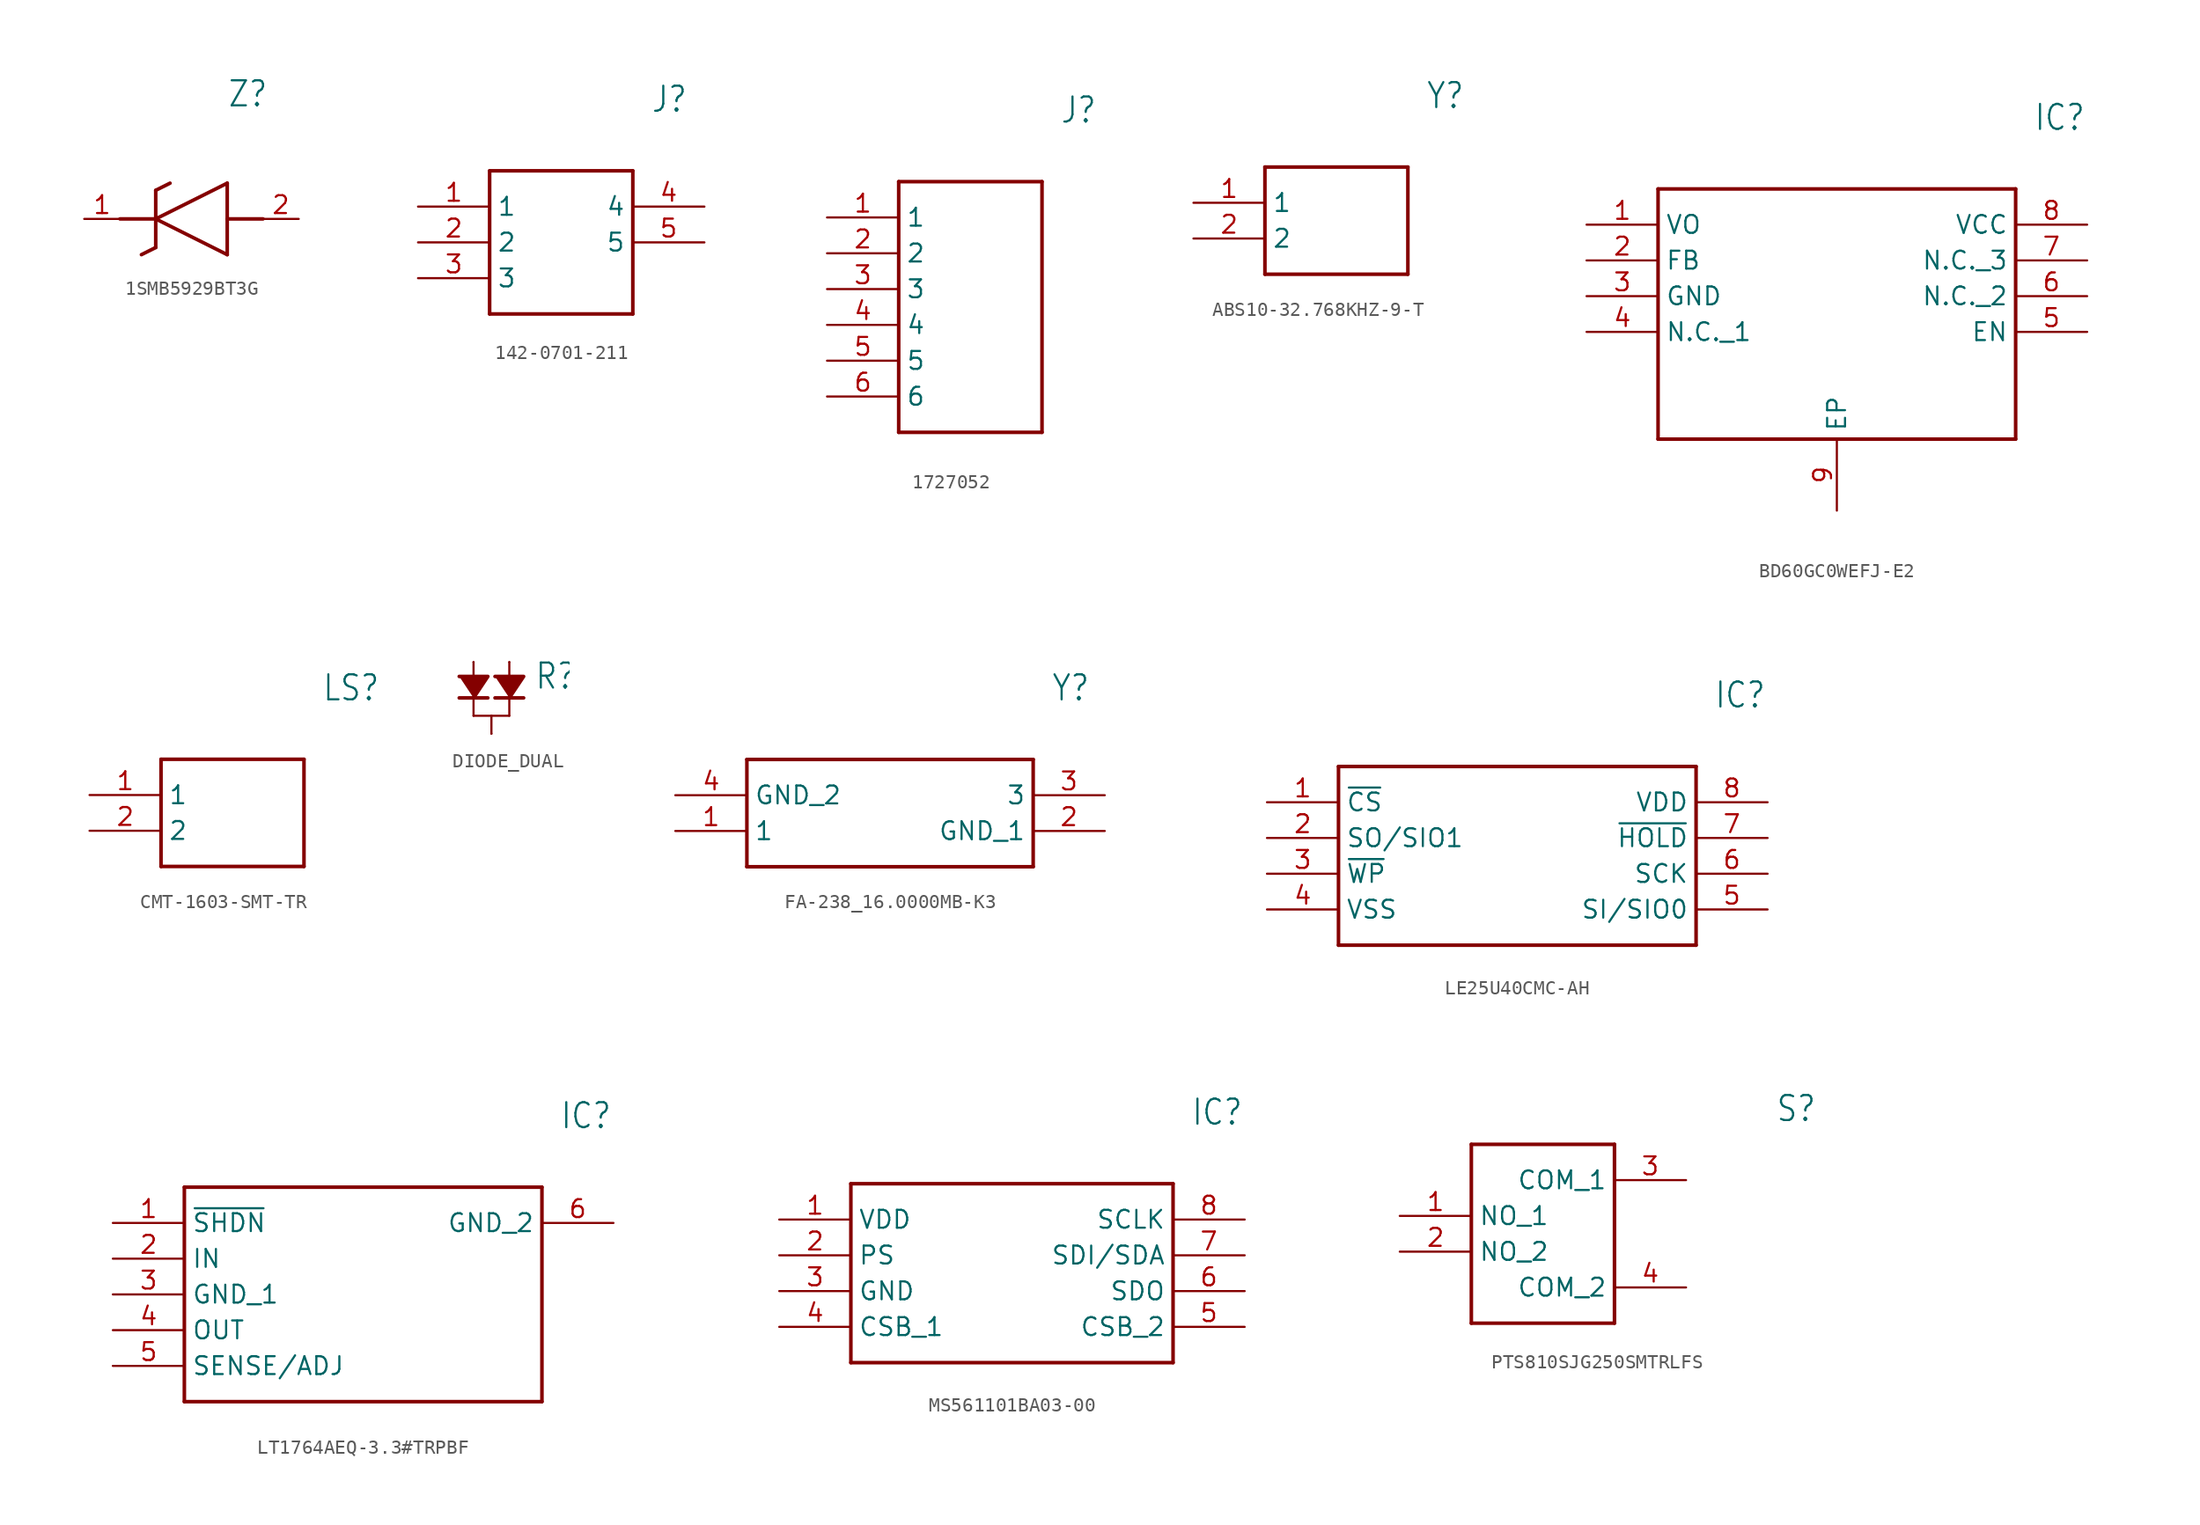
<source format=kicad_sym>
(kicad_symbol_lib
  (version 20231120)
  (generator "kicad_symbol_editor")
  (generator_version "8.0")
  (symbol "1SMB5929BT3G"
    (property "Reference" "Z"
      (at 10.16 8.89 0)
      (effects (font (size 1.778 1.511)) (justify left)))
    (property "Value" ""
      (at 10.16 6.35 0)
      (effects (font (size 1.778 1.511)) (justify left)))
    (property "ki_locked" ""
      (at 0 0 0)
      (effects (font (size 1.27 1.27))))
    (symbol "1SMB5929BT3G_1_0"
      (polyline (pts (xy 2.54 0) (xy 5.08 0)) (stroke (width 0.254) (type solid)) (fill (type none)))
      (polyline (pts (xy 4.064 -2.54) (xy 5.08 -2.032)) (stroke (width 0.254) (type solid)) (fill (type none)))
      (polyline (pts (xy 5.08 0) (xy 10.16 2.54)) (stroke (width 0.254) (type solid)) (fill (type none)))
      (polyline (pts (xy 5.08 2.032) (xy 5.08 -2.032)) (stroke (width 0.254) (type solid)) (fill (type none)))
      (polyline (pts (xy 5.08 2.032) (xy 6.096 2.54)) (stroke (width 0.254) (type solid)) (fill (type none)))
      (polyline (pts (xy 10.16 -2.54) (xy 5.08 0)) (stroke (width 0.254) (type solid)) (fill (type none)))
      (polyline (pts (xy 10.16 -2.54) (xy 10.16 2.54)) (stroke (width 0.254) (type solid)) (fill (type none)))
      (polyline (pts (xy 12.7 0) (xy 10.16 0)) (stroke (width 0.254) (type solid)) (fill (type none)))
      (pin bidirectional line (at 0 0 0) (length 2.54) (name "K" (effects (font (size 0 0)))) (number "1" (effects (font (size 1.27 1.27)))))
      (pin bidirectional line (at 15.24 0 180) (length 2.54) (name "A" (effects (font (size 0 0)))) (number "2" (effects (font (size 1.27 1.27)))))))
  (symbol "142-0701-211"
    (property "Reference" "J"
      (at 16.51 7.62 0)
      (effects (font (size 1.778 1.511)) (justify left)))
    (property "Value" ""
      (at 16.51 5.08 0)
      (effects (font (size 1.778 1.511)) (justify left)))
    (property "ki_locked" ""
      (at 0 0 0)
      (effects (font (size 1.27 1.27))))
    (symbol "142-0701-211_1_0"
      (polyline (pts (xy 5.08 2.54) (xy 5.08 -7.62)) (stroke (width 0.254) (type solid)) (fill (type none)))
      (polyline (pts (xy 5.08 2.54) (xy 15.24 2.54)) (stroke (width 0.254) (type solid)) (fill (type none)))
      (polyline (pts (xy 15.24 -7.62) (xy 5.08 -7.62)) (stroke (width 0.254) (type solid)) (fill (type none)))
      (polyline (pts (xy 15.24 -7.62) (xy 15.24 2.54)) (stroke (width 0.254) (type solid)) (fill (type none)))
      (pin bidirectional line (at 0 0 0) (length 5.08) (name "1" (effects (font (size 1.27 1.27)))) (number "1" (effects (font (size 1.27 1.27)))))
      (pin bidirectional line (at 0 -2.54 0) (length 5.08) (name "2" (effects (font (size 1.27 1.27)))) (number "2" (effects (font (size 1.27 1.27)))))
      (pin bidirectional line (at 0 -5.08 0) (length 5.08) (name "3" (effects (font (size 1.27 1.27)))) (number "3" (effects (font (size 1.27 1.27)))))
      (pin bidirectional line (at 20.32 0 180) (length 5.08) (name "4" (effects (font (size 1.27 1.27)))) (number "4" (effects (font (size 1.27 1.27)))))
      (pin bidirectional line (at 20.32 -2.54 180) (length 5.08) (name "5" (effects (font (size 1.27 1.27)))) (number "5" (effects (font (size 1.27 1.27)))))))
  (symbol "1727052"
    (property "Reference" "J"
      (at 16.51 7.62 0)
      (effects (font (size 1.778 1.511)) (justify left)))
    (property "Value" ""
      (at 16.51 5.08 0)
      (effects (font (size 1.778 1.511)) (justify left)))
    (property "ki_locked" ""
      (at 0 0 0)
      (effects (font (size 1.27 1.27))))
    (symbol "1727052_1_0"
      (polyline (pts (xy 5.08 2.54) (xy 5.08 -15.24)) (stroke (width 0.254) (type solid)) (fill (type none)))
      (polyline (pts (xy 5.08 2.54) (xy 15.24 2.54)) (stroke (width 0.254) (type solid)) (fill (type none)))
      (polyline (pts (xy 15.24 -15.24) (xy 5.08 -15.24)) (stroke (width 0.254) (type solid)) (fill (type none)))
      (polyline (pts (xy 15.24 -15.24) (xy 15.24 2.54)) (stroke (width 0.254) (type solid)) (fill (type none)))
      (pin bidirectional line (at 0 0 0) (length 5.08) (name "1" (effects (font (size 1.27 1.27)))) (number "1" (effects (font (size 1.27 1.27)))))
      (pin bidirectional line (at 0 -2.54 0) (length 5.08) (name "2" (effects (font (size 1.27 1.27)))) (number "2" (effects (font (size 1.27 1.27)))))
      (pin bidirectional line (at 0 -5.08 0) (length 5.08) (name "3" (effects (font (size 1.27 1.27)))) (number "3" (effects (font (size 1.27 1.27)))))
      (pin bidirectional line (at 0 -7.62 0) (length 5.08) (name "4" (effects (font (size 1.27 1.27)))) (number "4" (effects (font (size 1.27 1.27)))))
      (pin bidirectional line (at 0 -10.16 0) (length 5.08) (name "5" (effects (font (size 1.27 1.27)))) (number "5" (effects (font (size 1.27 1.27)))))
      (pin bidirectional line (at 0 -12.7 0) (length 5.08) (name "6" (effects (font (size 1.27 1.27)))) (number "6" (effects (font (size 1.27 1.27)))))))
  (symbol "ABS10-32.768KHZ-9-T"
    (property "Reference" "Y"
      (at 16.51 7.62 0)
      (effects (font (size 1.778 1.511)) (justify left)))
    (property "Value" ""
      (at 16.51 5.08 0)
      (effects (font (size 1.778 1.511)) (justify left)))
    (property "ki_locked" ""
      (at 0 0 0)
      (effects (font (size 1.27 1.27))))
    (symbol "ABS10-32.768KHZ-9-T_1_0"
      (polyline (pts (xy 5.08 2.54) (xy 5.08 -5.08)) (stroke (width 0.254) (type solid)) (fill (type none)))
      (polyline (pts (xy 5.08 2.54) (xy 15.24 2.54)) (stroke (width 0.254) (type solid)) (fill (type none)))
      (polyline (pts (xy 15.24 -5.08) (xy 5.08 -5.08)) (stroke (width 0.254) (type solid)) (fill (type none)))
      (polyline (pts (xy 15.24 -5.08) (xy 15.24 2.54)) (stroke (width 0.254) (type solid)) (fill (type none)))
      (pin bidirectional line (at 0 0 0) (length 5.08) (name "1" (effects (font (size 1.27 1.27)))) (number "1" (effects (font (size 1.27 1.27)))))
      (pin bidirectional line (at 0 -2.54 0) (length 5.08) (name "2" (effects (font (size 1.27 1.27)))) (number "2" (effects (font (size 1.27 1.27)))))))
  (symbol "BD60GC0WEFJ-E2"
    (property "Reference" "IC"
      (at 31.75 7.62 0)
      (effects (font (size 1.778 1.511)) (justify left)))
    (property "Value" ""
      (at 31.75 5.08 0)
      (effects (font (size 1.778 1.511)) (justify left)))
    (property "ki_locked" ""
      (at 0 0 0)
      (effects (font (size 1.27 1.27))))
    (symbol "BD60GC0WEFJ-E2_1_0"
      (polyline (pts (xy 5.08 2.54) (xy 5.08 -15.24)) (stroke (width 0.254) (type solid)) (fill (type none)))
      (polyline (pts (xy 5.08 2.54) (xy 30.48 2.54)) (stroke (width 0.254) (type solid)) (fill (type none)))
      (polyline (pts (xy 30.48 -15.24) (xy 5.08 -15.24)) (stroke (width 0.254) (type solid)) (fill (type none)))
      (polyline (pts (xy 30.48 -15.24) (xy 30.48 2.54)) (stroke (width 0.254) (type solid)) (fill (type none)))
      (pin bidirectional line (at 0 0 0) (length 5.08) (name "VO" (effects (font (size 1.27 1.27)))) (number "1" (effects (font (size 1.27 1.27)))))
      (pin bidirectional line (at 0 -2.54 0) (length 5.08) (name "FB" (effects (font (size 1.27 1.27)))) (number "2" (effects (font (size 1.27 1.27)))))
      (pin bidirectional line (at 0 -5.08 0) (length 5.08) (name "GND" (effects (font (size 1.27 1.27)))) (number "3" (effects (font (size 1.27 1.27)))))
      (pin bidirectional line (at 0 -7.62 0) (length 5.08) (name "N.C._1" (effects (font (size 1.27 1.27)))) (number "4" (effects (font (size 1.27 1.27)))))
      (pin bidirectional line (at 35.56 -7.62 180) (length 5.08) (name "EN" (effects (font (size 1.27 1.27)))) (number "5" (effects (font (size 1.27 1.27)))))
      (pin bidirectional line (at 35.56 -5.08 180) (length 5.08) (name "N.C._2" (effects (font (size 1.27 1.27)))) (number "6" (effects (font (size 1.27 1.27)))))
      (pin bidirectional line (at 35.56 -2.54 180) (length 5.08) (name "N.C._3" (effects (font (size 1.27 1.27)))) (number "7" (effects (font (size 1.27 1.27)))))
      (pin bidirectional line (at 35.56 0 180) (length 5.08) (name "VCC" (effects (font (size 1.27 1.27)))) (number "8" (effects (font (size 1.27 1.27)))))
      (pin bidirectional line (at 17.78 -20.32 90) (length 5.08) (name "EP" (effects (font (size 1.27 1.27)))) (number "9" (effects (font (size 1.27 1.27)))))))
  (symbol "CMT-1603-SMT-TR"
    (property "Reference" "LS"
      (at 16.51 7.62 0)
      (effects (font (size 1.778 1.511)) (justify left)))
    (property "Value" ""
      (at 16.51 5.08 0)
      (effects (font (size 1.778 1.511)) (justify left)))
    (property "ki_locked" ""
      (at 0 0 0)
      (effects (font (size 1.27 1.27))))
    (symbol "CMT-1603-SMT-TR_1_0"
      (polyline (pts (xy 5.08 2.54) (xy 5.08 -5.08)) (stroke (width 0.254) (type solid)) (fill (type none)))
      (polyline (pts (xy 5.08 2.54) (xy 15.24 2.54)) (stroke (width 0.254) (type solid)) (fill (type none)))
      (polyline (pts (xy 15.24 -5.08) (xy 5.08 -5.08)) (stroke (width 0.254) (type solid)) (fill (type none)))
      (polyline (pts (xy 15.24 -5.08) (xy 15.24 2.54)) (stroke (width 0.254) (type solid)) (fill (type none)))
      (pin bidirectional line (at 0 0 0) (length 5.08) (name "1" (effects (font (size 1.27 1.27)))) (number "1" (effects (font (size 1.27 1.27)))))
      (pin bidirectional line (at 0 -2.54 0) (length 5.08) (name "2" (effects (font (size 1.27 1.27)))) (number "2" (effects (font (size 1.27 1.27)))))))
  (symbol "DIODE_DUAL"
    (property "Reference" "R"
      (at 3.048 0.508 0)
      (effects (font (size 1.778 1.511)) (justify left bottom)))
    (property "Value" ""
      (at 3.048 -1.27 0)
      (effects (font (size 1.27 1.079)) (justify left bottom)))
    (property "ki_locked" ""
      (at 0 0 0)
      (effects (font (size 1.27 1.27))))
    (symbol "DIODE_DUAL_1_0"
      (polyline (pts (xy -2.286 0) (xy -1.27 0)) (stroke (width 0.254) (type solid)) (fill (type none)))
      (polyline (pts (xy -1.27 -1.27) (xy 0 -1.27)) (stroke (width 0.152) (type solid)) (fill (type none)))
      (polyline (pts (xy -1.27 0) (xy -1.27 -1.27)) (stroke (width 0.152) (type solid)) (fill (type none)))
      (polyline (pts (xy -1.27 0) (xy -0.254 0)) (stroke (width 0.254) (type solid)) (fill (type none)))
      (polyline (pts (xy -1.27 2.54) (xy -1.27 1.524)) (stroke (width 0.152) (type solid)) (fill (type none)))
      (polyline (pts (xy 0 -1.27) (xy 0 -2.54)) (stroke (width 0.152) (type solid)) (fill (type none)))
      (polyline (pts (xy 0 -1.27) (xy 1.27 -1.27)) (stroke (width 0.152) (type solid)) (fill (type none)))
      (polyline (pts (xy 0.254 0) (xy 1.27 0)) (stroke (width 0.254) (type solid)) (fill (type none)))
      (polyline (pts (xy 1.27 -1.27) (xy 1.27 0)) (stroke (width 0.152) (type solid)) (fill (type none)))
      (polyline (pts (xy 1.27 0) (xy 2.286 0)) (stroke (width 0.254) (type solid)) (fill (type none)))
      (polyline (pts (xy 1.27 2.54) (xy 1.27 1.524)) (stroke (width 0.152) (type solid)) (fill (type none)))
      (polyline (pts (xy -1.27 0) (xy -0.254 1.524) (xy -2.286 1.524)) (stroke (width 0.254) (type solid)) (fill (type outline)))
      (polyline (pts (xy 1.27 0) (xy 2.286 1.524) (xy 0.254 1.524)) (stroke (width 0.254) (type solid)) (fill (type outline)))
      (pin bidirectional line (at -1.27 2.54 0) (length 0) (name "1" (effects (font (size 0 0)))) (number "1" (effects (font (size 0 0)))))
      (pin bidirectional line (at 1.27 2.54 180) (length 0) (name "2" (effects (font (size 0 0)))) (number "2" (effects (font (size 0 0)))))
      (pin bidirectional line (at 0 -2.54 0) (length 0) (name "3" (effects (font (size 0 0)))) (number "3" (effects (font (size 0 0)))))))
  (symbol "FA-238_16.0000MB-K3"
    (property "Reference" "Y"
      (at 26.67 7.62 0)
      (effects (font (size 1.778 1.511)) (justify left)))
    (property "Value" ""
      (at 26.67 5.08 0)
      (effects (font (size 1.778 1.511)) (justify left)))
    (property "ki_locked" ""
      (at 0 0 0)
      (effects (font (size 1.27 1.27))))
    (symbol "FA-238_16.0000MB-K3_1_0"
      (polyline (pts (xy 5.08 2.54) (xy 5.08 -5.08)) (stroke (width 0.254) (type solid)) (fill (type none)))
      (polyline (pts (xy 5.08 2.54) (xy 25.4 2.54)) (stroke (width 0.254) (type solid)) (fill (type none)))
      (polyline (pts (xy 25.4 -5.08) (xy 5.08 -5.08)) (stroke (width 0.254) (type solid)) (fill (type none)))
      (polyline (pts (xy 25.4 -5.08) (xy 25.4 2.54)) (stroke (width 0.254) (type solid)) (fill (type none)))
      (pin bidirectional line (at 0 -2.54 0) (length 5.08) (name "1" (effects (font (size 1.27 1.27)))) (number "1" (effects (font (size 1.27 1.27)))))
      (pin power_in line (at 30.48 -2.54 180) (length 5.08) (name "GND_1" (effects (font (size 1.27 1.27)))) (number "2" (effects (font (size 1.27 1.27)))))
      (pin bidirectional line (at 30.48 0 180) (length 5.08) (name "3" (effects (font (size 1.27 1.27)))) (number "3" (effects (font (size 1.27 1.27)))))
      (pin power_in line (at 0 0 0) (length 5.08) (name "GND_2" (effects (font (size 1.27 1.27)))) (number "4" (effects (font (size 1.27 1.27)))))))
  (symbol "LE25U40CMC-AH"
    (property "Reference" "IC"
      (at 31.75 7.62 0)
      (effects (font (size 1.778 1.511)) (justify left)))
    (property "Value" ""
      (at 31.75 5.08 0)
      (effects (font (size 1.778 1.511)) (justify left)))
    (property "ki_locked" ""
      (at 0 0 0)
      (effects (font (size 1.27 1.27))))
    (symbol "LE25U40CMC-AH_1_0"
      (polyline (pts (xy 5.08 2.54) (xy 5.08 -10.16)) (stroke (width 0.254) (type solid)) (fill (type none)))
      (polyline (pts (xy 5.08 2.54) (xy 30.48 2.54)) (stroke (width 0.254) (type solid)) (fill (type none)))
      (polyline (pts (xy 30.48 -10.16) (xy 5.08 -10.16)) (stroke (width 0.254) (type solid)) (fill (type none)))
      (polyline (pts (xy 30.48 -10.16) (xy 30.48 2.54)) (stroke (width 0.254) (type solid)) (fill (type none)))
      (pin input line (at 0 0 0) (length 5.08) (name "~{CS}" (effects (font (size 1.27 1.27)))) (number "1" (effects (font (size 1.27 1.27)))))
      (pin bidirectional line (at 0 -2.54 0) (length 5.08) (name "SO/SIO1" (effects (font (size 1.27 1.27)))) (number "2" (effects (font (size 1.27 1.27)))))
      (pin bidirectional line (at 0 -5.08 0) (length 5.08) (name "~{WP}" (effects (font (size 1.27 1.27)))) (number "3" (effects (font (size 1.27 1.27)))))
      (pin power_in line (at 0 -7.62 0) (length 5.08) (name "VSS" (effects (font (size 1.27 1.27)))) (number "4" (effects (font (size 1.27 1.27)))))
      (pin bidirectional line (at 35.56 -7.62 180) (length 5.08) (name "SI/SIO0" (effects (font (size 1.27 1.27)))) (number "5" (effects (font (size 1.27 1.27)))))
      (pin bidirectional line (at 35.56 -5.08 180) (length 5.08) (name "SCK" (effects (font (size 1.27 1.27)))) (number "6" (effects (font (size 1.27 1.27)))))
      (pin bidirectional line (at 35.56 -2.54 180) (length 5.08) (name "~{HOLD}" (effects (font (size 1.27 1.27)))) (number "7" (effects (font (size 1.27 1.27)))))
      (pin power_in line (at 35.56 0 180) (length 5.08) (name "VDD" (effects (font (size 1.27 1.27)))) (number "8" (effects (font (size 1.27 1.27)))))))
  (symbol "LT1764AEQ-3.3#TRPBF"
    (property "Reference" "IC"
      (at 31.75 7.62 0)
      (effects (font (size 1.778 1.511)) (justify left)))
    (property "Value" ""
      (at 31.75 5.08 0)
      (effects (font (size 1.778 1.511)) (justify left)))
    (property "ki_locked" ""
      (at 0 0 0)
      (effects (font (size 1.27 1.27))))
    (symbol "LT1764AEQ-3.3#TRPBF_1_0"
      (polyline (pts (xy 5.08 2.54) (xy 5.08 -12.7)) (stroke (width 0.254) (type solid)) (fill (type none)))
      (polyline (pts (xy 5.08 2.54) (xy 30.48 2.54)) (stroke (width 0.254) (type solid)) (fill (type none)))
      (polyline (pts (xy 30.48 -12.7) (xy 5.08 -12.7)) (stroke (width 0.254) (type solid)) (fill (type none)))
      (polyline (pts (xy 30.48 -12.7) (xy 30.48 2.54)) (stroke (width 0.254) (type solid)) (fill (type none)))
      (pin bidirectional line (at 0 0 0) (length 5.08) (name "~{SHDN}" (effects (font (size 1.27 1.27)))) (number "1" (effects (font (size 1.27 1.27)))))
      (pin bidirectional line (at 0 -2.54 0) (length 5.08) (name "IN" (effects (font (size 1.27 1.27)))) (number "2" (effects (font (size 1.27 1.27)))))
      (pin bidirectional line (at 0 -5.08 0) (length 5.08) (name "GND_1" (effects (font (size 1.27 1.27)))) (number "3" (effects (font (size 1.27 1.27)))))
      (pin bidirectional line (at 0 -7.62 0) (length 5.08) (name "OUT" (effects (font (size 1.27 1.27)))) (number "4" (effects (font (size 1.27 1.27)))))
      (pin bidirectional line (at 0 -10.16 0) (length 5.08) (name "SENSE/ADJ" (effects (font (size 1.27 1.27)))) (number "5" (effects (font (size 1.27 1.27)))))
      (pin bidirectional line (at 35.56 0 180) (length 5.08) (name "GND_2" (effects (font (size 1.27 1.27)))) (number "6" (effects (font (size 1.27 1.27)))))))
  (symbol "MS561101BA03-00"
    (property "Reference" "IC"
      (at 29.21 7.62 0)
      (effects (font (size 1.778 1.511)) (justify left)))
    (property "Value" ""
      (at 29.21 5.08 0)
      (effects (font (size 1.778 1.511)) (justify left)))
    (property "ki_locked" ""
      (at 0 0 0)
      (effects (font (size 1.27 1.27))))
    (symbol "MS561101BA03-00_1_0"
      (polyline (pts (xy 5.08 2.54) (xy 5.08 -10.16)) (stroke (width 0.254) (type solid)) (fill (type none)))
      (polyline (pts (xy 5.08 2.54) (xy 27.94 2.54)) (stroke (width 0.254) (type solid)) (fill (type none)))
      (polyline (pts (xy 27.94 -10.16) (xy 5.08 -10.16)) (stroke (width 0.254) (type solid)) (fill (type none)))
      (polyline (pts (xy 27.94 -10.16) (xy 27.94 2.54)) (stroke (width 0.254) (type solid)) (fill (type none)))
      (pin power_in line (at 0 0 0) (length 5.08) (name "VDD" (effects (font (size 1.27 1.27)))) (number "1" (effects (font (size 1.27 1.27)))))
      (pin input line (at 0 -2.54 0) (length 5.08) (name "PS" (effects (font (size 1.27 1.27)))) (number "2" (effects (font (size 1.27 1.27)))))
      (pin power_in line (at 0 -5.08 0) (length 5.08) (name "GND" (effects (font (size 1.27 1.27)))) (number "3" (effects (font (size 1.27 1.27)))))
      (pin input line (at 0 -7.62 0) (length 5.08) (name "CSB_1" (effects (font (size 1.27 1.27)))) (number "4" (effects (font (size 1.27 1.27)))))
      (pin input line (at 33.02 -7.62 180) (length 5.08) (name "CSB_2" (effects (font (size 1.27 1.27)))) (number "5" (effects (font (size 1.27 1.27)))))
      (pin output line (at 33.02 -5.08 180) (length 5.08) (name "SDO" (effects (font (size 1.27 1.27)))) (number "6" (effects (font (size 1.27 1.27)))))
      (pin bidirectional line (at 33.02 -2.54 180) (length 5.08) (name "SDI/SDA" (effects (font (size 1.27 1.27)))) (number "7" (effects (font (size 1.27 1.27)))))
      (pin input line (at 33.02 0 180) (length 5.08) (name "SCLK" (effects (font (size 1.27 1.27)))) (number "8" (effects (font (size 1.27 1.27)))))))
  (symbol "PTS810SJG250SMTRLFS"
    (property "Reference" "S"
      (at 26.67 7.62 0)
      (effects (font (size 1.778 1.511)) (justify left)))
    (property "Value" ""
      (at 26.67 5.08 0)
      (effects (font (size 1.778 1.511)) (justify left)))
    (property "ki_locked" ""
      (at 0 0 0)
      (effects (font (size 1.27 1.27))))
    (symbol "PTS810SJG250SMTRLFS_1_0"
      (polyline (pts (xy 5.08 5.08) (xy 5.08 -7.62)) (stroke (width 0.254) (type solid)) (fill (type none)))
      (polyline (pts (xy 5.08 5.08) (xy 15.24 5.08)) (stroke (width 0.254) (type solid)) (fill (type none)))
      (polyline (pts (xy 15.24 -7.62) (xy 5.08 -7.62)) (stroke (width 0.254) (type solid)) (fill (type none)))
      (polyline (pts (xy 15.24 -7.62) (xy 15.24 5.08)) (stroke (width 0.254) (type solid)) (fill (type none)))
      (pin bidirectional line (at 0 0 0) (length 5.08) (name "NO_1" (effects (font (size 1.27 1.27)))) (number "1" (effects (font (size 1.27 1.27)))))
      (pin bidirectional line (at 0 -2.54 0) (length 5.08) (name "NO_2" (effects (font (size 1.27 1.27)))) (number "2" (effects (font (size 1.27 1.27)))))
      (pin bidirectional line (at 20.32 2.54 180) (length 5.08) (name "COM_1" (effects (font (size 1.27 1.27)))) (number "3" (effects (font (size 1.27 1.27)))))
      (pin bidirectional line (at 20.32 -5.08 180) (length 5.08) (name "COM_2" (effects (font (size 1.27 1.27)))) (number "4" (effects (font (size 1.27 1.27))))))))
</source>
